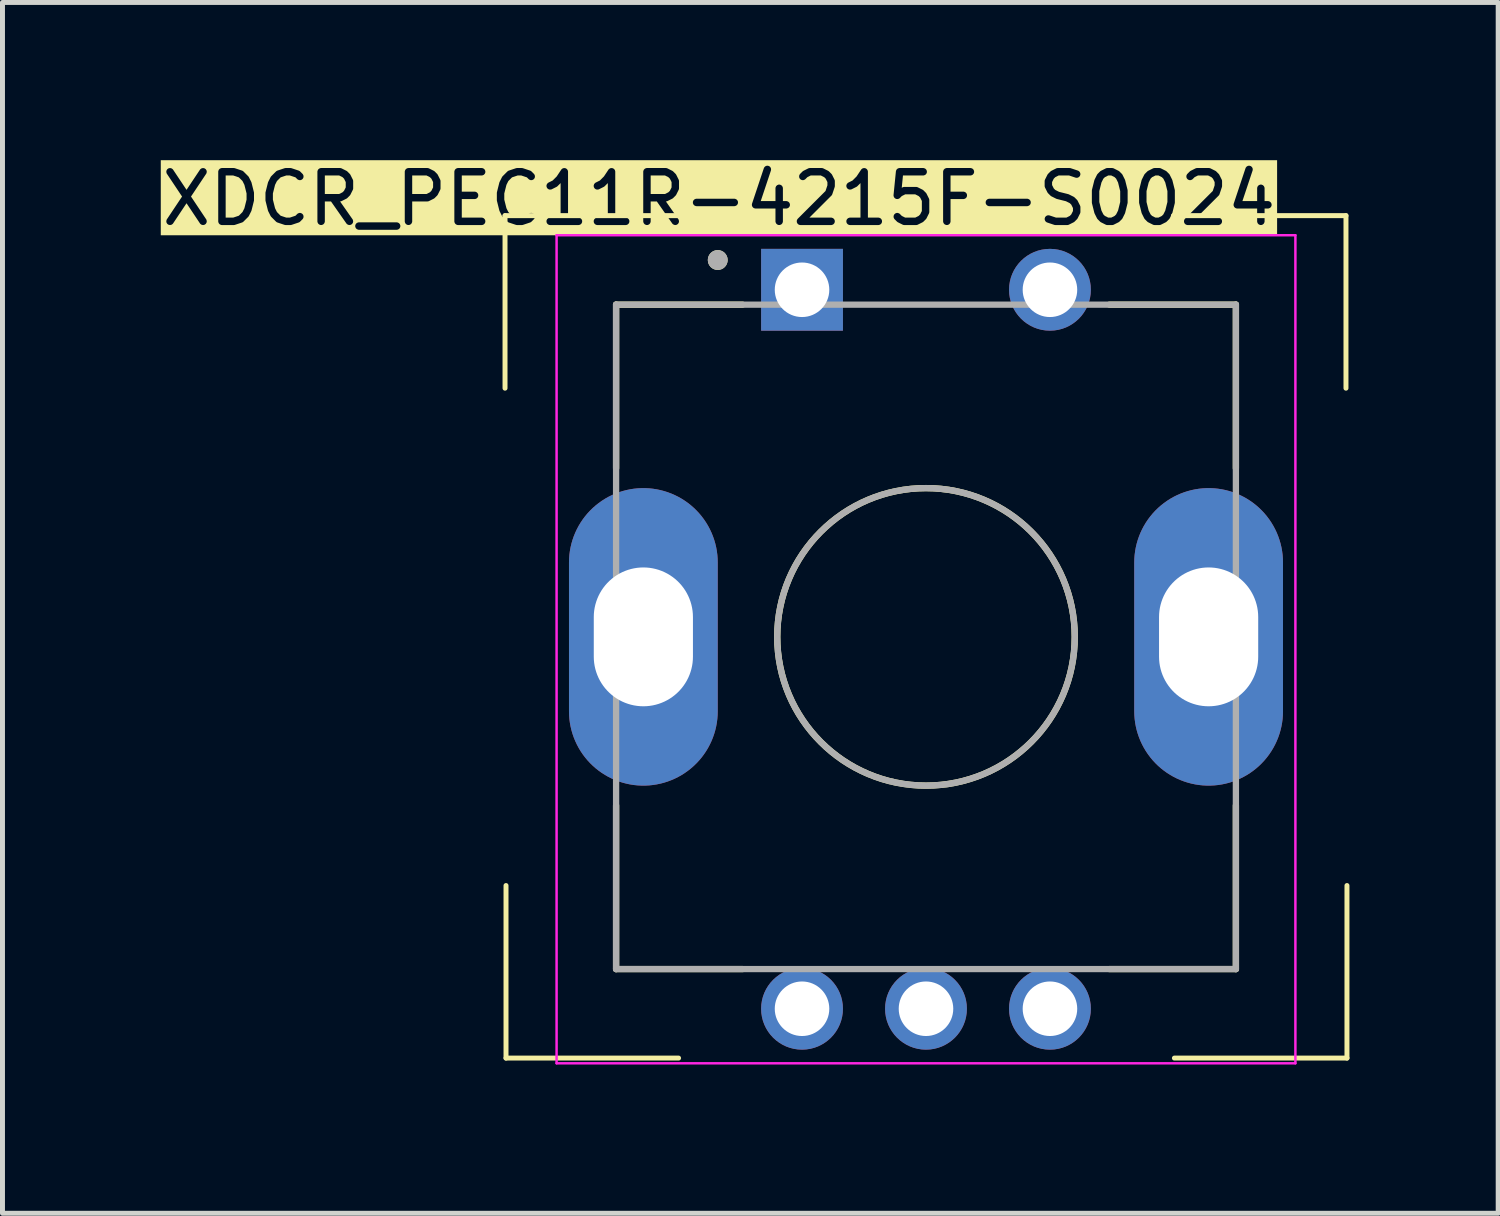
<source format=kicad_pcb>
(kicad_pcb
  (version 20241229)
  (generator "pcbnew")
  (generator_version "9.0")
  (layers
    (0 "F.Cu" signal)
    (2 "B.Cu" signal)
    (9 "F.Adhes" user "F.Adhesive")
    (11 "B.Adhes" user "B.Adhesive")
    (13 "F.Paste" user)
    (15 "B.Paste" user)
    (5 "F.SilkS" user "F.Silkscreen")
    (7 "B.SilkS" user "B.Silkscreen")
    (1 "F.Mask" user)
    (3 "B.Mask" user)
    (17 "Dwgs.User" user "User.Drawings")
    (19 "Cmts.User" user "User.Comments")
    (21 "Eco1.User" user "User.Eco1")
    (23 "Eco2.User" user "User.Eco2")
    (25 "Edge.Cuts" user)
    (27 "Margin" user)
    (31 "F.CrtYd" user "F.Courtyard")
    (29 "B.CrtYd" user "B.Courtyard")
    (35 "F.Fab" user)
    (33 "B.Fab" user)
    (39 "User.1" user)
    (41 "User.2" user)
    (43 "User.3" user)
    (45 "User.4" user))
  (footprint "XDCR_PEC11R-4215F-S0024"
    (layer "F.Cu")
    (at 15.625 9.794)
    (property "Reference" "XDCR_PEC11R-4215F-S0024" (at -4.175 -8.835 0) (layer "F.SilkS" knockout) (effects (font (size 1 1) (thickness 0.15))))
    (attr through_hole)
    (fp_line (start -8.49 -8.495) (end -5.01 -8.495) (stroke (width 0.1) (type default)) (layer "F.SilkS"))
    (fp_line (start -8.49 -5.015) (end -8.49 -8.495) (stroke (width 0.1) (type default)) (layer "F.SilkS"))
    (fp_line (start -8.47 5.015) (end -8.47 8.495) (stroke (width 0.1) (type default)) (layer "F.SilkS"))
    (fp_line (start -8.47 8.495) (end -4.99 8.495) (stroke (width 0.1) (type default)) (layer "F.SilkS"))
    (fp_line (start -6.25 -6.7) (end -3.7 -6.7) (stroke (width 0.127) (type solid)) (layer "F.SilkS"))
    (fp_line (start -6.25 -3.4) (end -6.25 -6.7) (stroke (width 0.127) (type solid)) (layer "F.SilkS"))
    (fp_line (start -6.25 3.4) (end -6.25 6.7) (stroke (width 0.127) (type solid)) (layer "F.SilkS"))
    (fp_line (start -6.25 6.7) (end -3.7 6.7) (stroke (width 0.127) (type solid)) (layer "F.SilkS"))
    (fp_line (start 3.7 -6.7) (end 6.25 -6.7) (stroke (width 0.127) (type solid)) (layer "F.SilkS"))
    (fp_line (start 3.7 6.7) (end 6.25 6.7) (stroke (width 0.127) (type solid)) (layer "F.SilkS"))
    (fp_line (start 6.25 -6.7) (end 6.25 -3.4) (stroke (width 0.127) (type solid)) (layer "F.SilkS"))
    (fp_line (start 6.25 6.7) (end 6.25 3.4) (stroke (width 0.127) (type solid)) (layer "F.SilkS"))
    (fp_line (start 8.47 -8.495) (end 4.99 -8.495) (stroke (width 0.1) (type default)) (layer "F.SilkS"))
    (fp_line (start 8.47 -5.015) (end 8.47 -8.495) (stroke (width 0.1) (type default)) (layer "F.SilkS"))
    (fp_line (start 8.49 5.015) (end 8.49 8.495) (stroke (width 0.1) (type default)) (layer "F.SilkS"))
    (fp_line (start 8.49 8.495) (end 5.01 8.495) (stroke (width 0.1) (type default)) (layer "F.SilkS"))
    (fp_circle (center -4.2 -7.6) (end -4.1 -7.6) (stroke (width 0.2) (type solid)) (fill no) (layer "F.SilkS"))
    (fp_circle (center 0 0) (end 3 0) (stroke (width 0.127) (type solid)) (fill no) (layer "F.SilkS"))
    (fp_line (start -7.45 -8.1) (end -7.45 8.6) (stroke (width 0.05) (type solid)) (layer "F.CrtYd"))
    (fp_line (start -7.45 8.6) (end 7.45 8.6) (stroke (width 0.05) (type solid)) (layer "F.CrtYd"))
    (fp_line (start 7.45 -8.1) (end -7.45 -8.1) (stroke (width 0.05) (type solid)) (layer "F.CrtYd"))
    (fp_line (start 7.45 8.6) (end 7.45 -8.1) (stroke (width 0.05) (type solid)) (layer "F.CrtYd"))
    (fp_line (start -6.25 -6.7) (end 6.25 -6.7) (stroke (width 0.127) (type solid)) (layer "F.Fab"))
    (fp_line (start -6.25 6.7) (end -6.25 -6.7) (stroke (width 0.127) (type solid)) (layer "F.Fab"))
    (fp_line (start 6.25 -6.7) (end 6.25 6.7) (stroke (width 0.127) (type solid)) (layer "F.Fab"))
    (fp_line (start 6.25 6.7) (end -6.25 6.7) (stroke (width 0.127) (type solid)) (layer "F.Fab"))
    (fp_circle (center -4.2 -7.6) (end -4.1 -7.6) (stroke (width 0.2) (type solid)) (fill no) (layer "F.Fab"))
    (fp_circle (center 0 0) (end 3 0) (stroke (width 0.127) (type solid)) (fill no) (layer "F.Fab"))
    (pad "1" thru_hole rect (at -2.5 -7) (size 1.65 1.65) (drill 1.1) (layers "*.Cu" "*.Mask"))
    (pad "2" thru_hole circle (at 2.5 -7) (size 1.65 1.65) (drill 1.1) (layers "*.Cu" "*.Mask"))
    (pad "A" thru_hole circle (at -2.5 7.5) (size 1.65 1.65) (drill 1.1) (layers "*.Cu" "*.Mask"))
    (pad "B" thru_hole circle (at 2.5 7.5) (size 1.65 1.65) (drill 1.1) (layers "*.Cu" "*.Mask"))
    (pad "COM" thru_hole circle (at 0 7.5) (size 1.65 1.65) (drill 1.1) (layers "*.Cu" "*.Mask"))
    (pad "S1" thru_hole oval (at -5.7 0) (size 3 6) (drill oval 2 2.8) (layers "*.Cu" "*.Mask"))
    (pad "S2" thru_hole oval (at 5.7 0) (size 3 6) (drill oval 2 2.8) (layers "*.Cu" "*.Mask")))
  (gr_rect
    (start -3 -3)
    (end 27.165 21.419)
    (stroke (width 0.1) (type default))
    (fill no)
    (layer "Edge.Cuts")))
</source>
